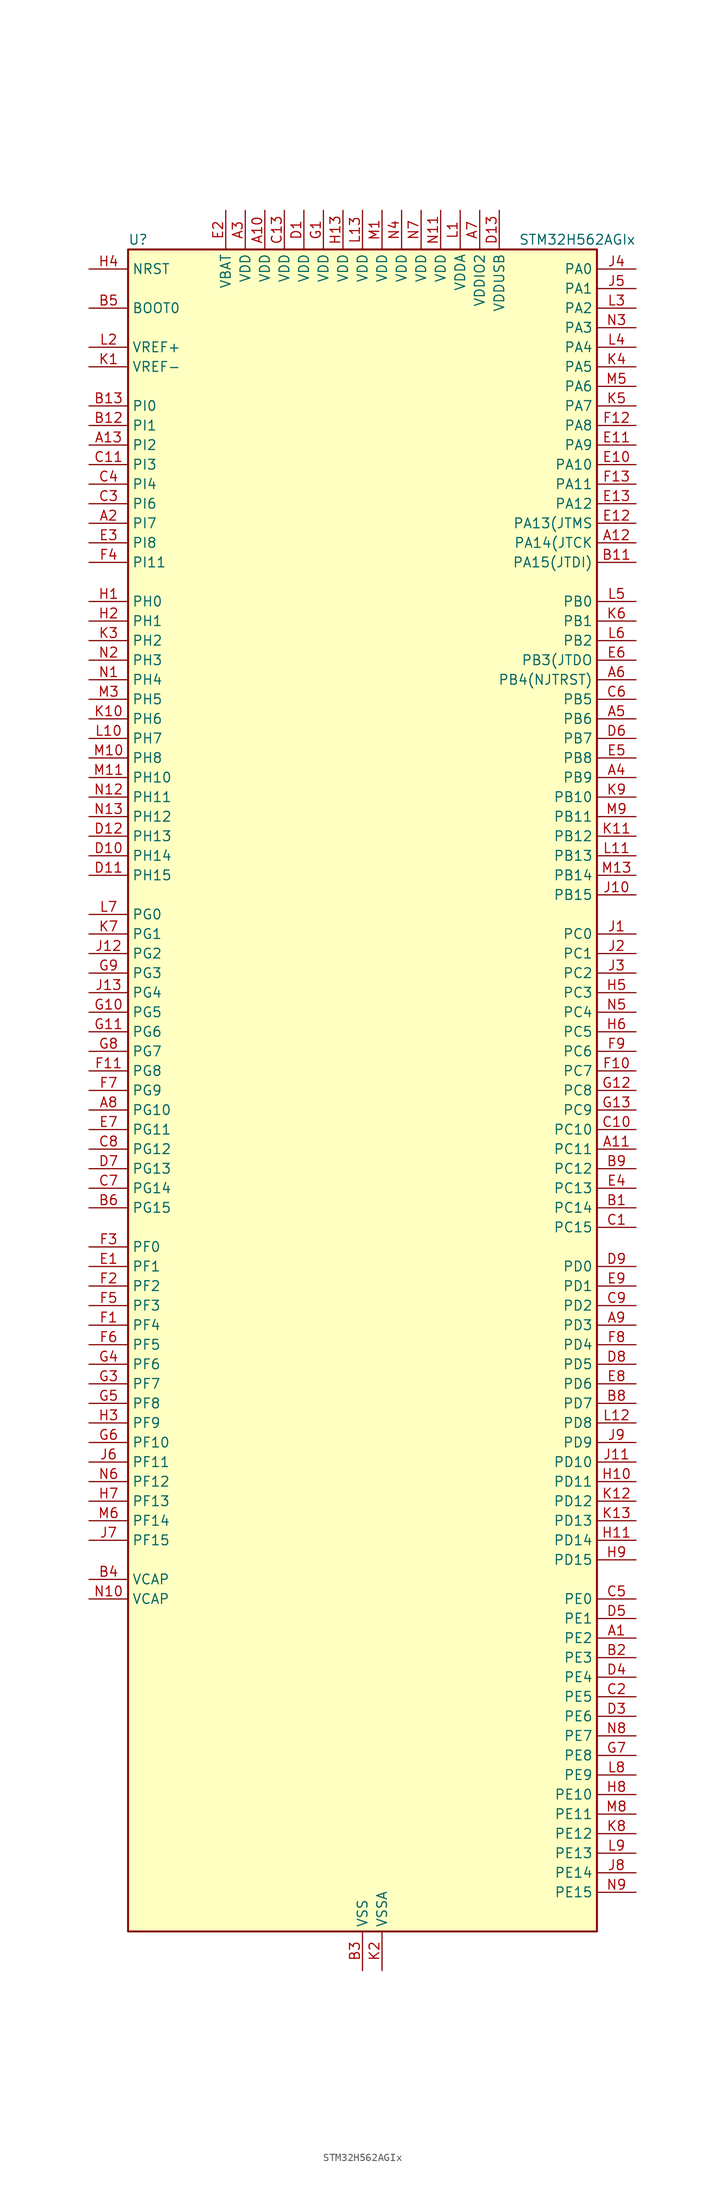
<source format=kicad_sym>
(kicad_symbol_lib
  (version 20231120)
  (generator "kicad-library-utils")
  (generator_version "8.0")
  (symbol "STM32H562AGIx"
    (property "Reference" "U"
      (at -30.48 110.49 0)
      (effects (font (size 1.27 1.27)) (justify left)))
    (property "Value" "STM32H562AGIx"
      (at 20.32 110.49 0)
      (effects (font (size 1.27 1.27)) (justify left)))
    (symbol "STM32H562AGIx_0_1"
      (rectangle (start -30.48 -109.22) (end 30.48 109.22) (stroke (width 0.254) (type default)) (fill (type background))))
    (symbol "STM32H562AGIx_1_1"
      (pin bidirectional line (at 35.56 -71.12 180) (length 5.08) (name "PE2" (effects (font (size 1.27 1.27)))) (number "A1" (effects (font (size 1.27 1.27)))) (alternate "DCMI_D3" bidirectional line) (alternate "DEBUG_TRACECLK" bidirectional line) (alternate "FMC_A23" bidirectional line) (alternate "LPTIM1_IN2" bidirectional line) (alternate "OCTOSPI1_IO2" bidirectional line) (alternate "PSSI_D3" bidirectional line) (alternate "SAI1_CK1" bidirectional line) (alternate "SAI1_MCLK_A" bidirectional line) (alternate "SPI4_SCK" bidirectional line) (alternate "UART8_TX" bidirectional line) (alternate "USART10_RX" bidirectional line))
      (pin power_in line (at -12.7 114.3 270) (length 5.08) (name "VDD" (effects (font (size 1.27 1.27)))) (number "A10" (effects (font (size 1.27 1.27)))))
      (pin bidirectional line (at 35.56 -7.62 180) (length 5.08) (name "PC11" (effects (font (size 1.27 1.27)))) (number "A11" (effects (font (size 1.27 1.27)))) (alternate "ADC1_EXTI11" bidirectional line) (alternate "ADC2_EXTI11" bidirectional line) (alternate "DCMI_D4" bidirectional line) (alternate "I2S3_SDI" bidirectional line) (alternate "LPTIM3_IN1" bidirectional line) (alternate "OCTOSPI1_NCS" bidirectional line) (alternate "PSSI_D4" bidirectional line) (alternate "SDMMC1_D3" bidirectional line) (alternate "SPI3_MISO" bidirectional line) (alternate "UART4_RX" bidirectional line) (alternate "USART3_RX" bidirectional line))
      (pin bidirectional line (at 35.56 71.12 180) (length 5.08) (name "PA14(JTCK" (effects (font (size 1.27 1.27)))) (number "A12" (effects (font (size 1.27 1.27)))) (alternate "DEBUG_JTCK-SWCLK" bidirectional line))
      (pin bidirectional line (at -35.56 83.82 0) (length 5.08) (name "PI2" (effects (font (size 1.27 1.27)))) (number "A13" (effects (font (size 1.27 1.27)))) (alternate "DCMI_D9" bidirectional line) (alternate "I2S2_SDI" bidirectional line) (alternate "PSSI_D9" bidirectional line) (alternate "SPI2_MISO" bidirectional line) (alternate "TIM8_CH4" bidirectional line))
      (pin bidirectional line (at -35.56 73.66 0) (length 5.08) (name "PI7" (effects (font (size 1.27 1.27)))) (number "A2" (effects (font (size 1.27 1.27)))) (alternate "DCMI_D7" bidirectional line) (alternate "PSSI_D7" bidirectional line) (alternate "SAI2_FS_A" bidirectional line) (alternate "TIM8_CH3" bidirectional line))
      (pin power_in line (at -15.24 114.3 270) (length 5.08) (name "VDD" (effects (font (size 1.27 1.27)))) (number "A3" (effects (font (size 1.27 1.27)))))
      (pin bidirectional line (at 35.56 40.64 180) (length 5.08) (name "PB9" (effects (font (size 1.27 1.27)))) (number "A4" (effects (font (size 1.27 1.27)))) (alternate "DAC1_EXTI9" bidirectional line) (alternate "DCMI_D7" bidirectional line) (alternate "FDCAN1_TX" bidirectional line) (alternate "I2C1_SDA" bidirectional line) (alternate "I2C4_SDA" bidirectional line) (alternate "I2S2_WS" bidirectional line) (alternate "I3C1_SDA" bidirectional line) (alternate "PSSI_D7" bidirectional line) (alternate "SDMMC1_CDIR" bidirectional line) (alternate "SDMMC1_D5" bidirectional line) (alternate "SPI2_NSS" bidirectional line) (alternate "TIM17_CH1" bidirectional line) (alternate "TIM4_CH4" bidirectional line) (alternate "UART4_TX" bidirectional line))
      (pin bidirectional line (at 35.56 48.26 180) (length 5.08) (name "PB6" (effects (font (size 1.27 1.27)))) (number "A5" (effects (font (size 1.27 1.27)))) (alternate "CEC" bidirectional line) (alternate "DCMI_D5" bidirectional line) (alternate "FMC_SDNE1" bidirectional line) (alternate "I2C1_SCL" bidirectional line) (alternate "I2C4_SCL" bidirectional line) (alternate "I3C1_SCL" bidirectional line) (alternate "LPUART1_TX" bidirectional line) (alternate "OCTOSPI1_NCS" bidirectional line) (alternate "PSSI_D5" bidirectional line) (alternate "TIM16_CH1N" bidirectional line) (alternate "TIM4_CH1" bidirectional line) (alternate "UART5_TX" bidirectional line) (alternate "USART1_TX" bidirectional line))
      (pin bidirectional line (at 35.56 53.34 180) (length 5.08) (name "PB4(NJTRST)" (effects (font (size 1.27 1.27)))) (number "A6" (effects (font (size 1.27 1.27)))) (alternate "DCMI_D7" bidirectional line) (alternate "DEBUG_JTRST" bidirectional line) (alternate "I2S1_SDI" bidirectional line) (alternate "I2S2_WS" bidirectional line) (alternate "I2S3_SDI" bidirectional line) (alternate "LPTIM1_CH2" bidirectional line) (alternate "OCTOSPI1_CLK" bidirectional line) (alternate "PSSI_D7" bidirectional line) (alternate "SPI1_MISO" bidirectional line) (alternate "SPI2_NSS" bidirectional line) (alternate "SPI3_MISO" bidirectional line) (alternate "SPI6_MISO" bidirectional line) (alternate "TIM16_BKIN" bidirectional line) (alternate "TIM3_CH1" bidirectional line) (alternate "UART7_TX" bidirectional line))
      (pin power_in line (at 15.24 114.3 270) (length 5.08) (name "VDDIO2" (effects (font (size 1.27 1.27)))) (number "A7" (effects (font (size 1.27 1.27)))))
      (pin bidirectional line (at -35.56 -2.54 0) (length 5.08) (name "PG10" (effects (font (size 1.27 1.27)))) (number "A8" (effects (font (size 1.27 1.27)))) (alternate "DCMI_D2" bidirectional line) (alternate "FMC_NE3" bidirectional line) (alternate "I2S1_WS" bidirectional line) (alternate "PSSI_D2" bidirectional line) (alternate "SAI2_SD_B" bidirectional line) (alternate "SPI1_NSS" bidirectional line))
      (pin bidirectional line (at 35.56 -30.48 180) (length 5.08) (name "PD3" (effects (font (size 1.27 1.27)))) (number "A9" (effects (font (size 1.27 1.27)))) (alternate "DCMI_D5" bidirectional line) (alternate "FMC_CLK" bidirectional line) (alternate "I2S2_CK" bidirectional line) (alternate "PSSI_D5" bidirectional line) (alternate "PWR_WKUP8" bidirectional line) (alternate "SPI2_SCK" bidirectional line) (alternate "USART2_CTS" bidirectional line) (alternate "USART2_NSS" bidirectional line))
      (pin bidirectional line (at 35.56 -15.24 180) (length 5.08) (name "PC14" (effects (font (size 1.27 1.27)))) (number "B1" (effects (font (size 1.27 1.27)))) (alternate "RCC_OSC32_IN" bidirectional line))
      (pin passive line (at 0 -114.3 90) (length 5.08) hide (name "VSS" (effects (font (size 1.27 1.27)))) (number "B10" (effects (font (size 1.27 1.27)))))
      (pin bidirectional line (at 35.56 68.58 180) (length 5.08) (name "PA15(JTDI)" (effects (font (size 1.27 1.27)))) (number "B11" (effects (font (size 1.27 1.27)))) (alternate "ADC1_EXTI15" bidirectional line) (alternate "ADC2_EXTI15" bidirectional line) (alternate "CEC" bidirectional line) (alternate "DCMI_D11" bidirectional line) (alternate "DEBUG_JTDI" bidirectional line) (alternate "FMC_NBL1" bidirectional line) (alternate "I2S1_WS" bidirectional line) (alternate "I2S3_WS" bidirectional line) (alternate "LPTIM3_IN2" bidirectional line) (alternate "PSSI_D11" bidirectional line) (alternate "SPI1_NSS" bidirectional line) (alternate "SPI3_NSS" bidirectional line) (alternate "SPI6_NSS" bidirectional line) (alternate "TIM2_CH1" bidirectional line) (alternate "TIM2_ETR" bidirectional line) (alternate "UART4_DE" bidirectional line) (alternate "UART4_RTS" bidirectional line) (alternate "UART7_TX" bidirectional line))
      (pin bidirectional line (at -35.56 86.36 0) (length 5.08) (name "PI1" (effects (font (size 1.27 1.27)))) (number "B12" (effects (font (size 1.27 1.27)))) (alternate "DCMI_D8" bidirectional line) (alternate "I2S2_CK" bidirectional line) (alternate "PSSI_D8" bidirectional line) (alternate "SPI2_SCK" bidirectional line) (alternate "TIM8_BKIN2" bidirectional line))
      (pin bidirectional line (at -35.56 88.9 0) (length 5.08) (name "PI0" (effects (font (size 1.27 1.27)))) (number "B13" (effects (font (size 1.27 1.27)))) (alternate "DCMI_D13" bidirectional line) (alternate "I2S2_WS" bidirectional line) (alternate "PSSI_D13" bidirectional line) (alternate "SPI2_NSS" bidirectional line) (alternate "TIM5_CH4" bidirectional line))
      (pin bidirectional line (at 35.56 -73.66 180) (length 5.08) (name "PE3" (effects (font (size 1.27 1.27)))) (number "B2" (effects (font (size 1.27 1.27)))) (alternate "DEBUG_TRACED0" bidirectional line) (alternate "FMC_A19" bidirectional line) (alternate "SAI1_SD_B" bidirectional line) (alternate "TAMP_IN6" bidirectional line) (alternate "TAMP_OUT3" bidirectional line) (alternate "TIM15_BKIN" bidirectional line) (alternate "USART10_TX" bidirectional line))
      (pin power_in line (at 0 -114.3 90) (length 5.08) (name "VSS" (effects (font (size 1.27 1.27)))) (number "B3" (effects (font (size 1.27 1.27)))))
      (pin power_out line (at -35.56 -63.5 0) (length 5.08) (name "VCAP" (effects (font (size 1.27 1.27)))) (number "B4" (effects (font (size 1.27 1.27)))))
      (pin input line (at -35.56 101.6 0) (length 5.08) (name "BOOT0" (effects (font (size 1.27 1.27)))) (number "B5" (effects (font (size 1.27 1.27)))))
      (pin bidirectional line (at -35.56 -15.24 0) (length 5.08) (name "PG15" (effects (font (size 1.27 1.27)))) (number "B6" (effects (font (size 1.27 1.27)))) (alternate "ADC1_EXTI15" bidirectional line) (alternate "ADC2_EXTI15" bidirectional line) (alternate "DCMI_D13" bidirectional line) (alternate "FMC_SDNCAS" bidirectional line) (alternate "PSSI_D13" bidirectional line) (alternate "SPI4_RDY" bidirectional line) (alternate "USART10_CK" bidirectional line) (alternate "USART6_CTS" bidirectional line) (alternate "USART6_NSS" bidirectional line))
      (pin passive line (at 0 -114.3 90) (length 5.08) hide (name "VSS" (effects (font (size 1.27 1.27)))) (number "B7" (effects (font (size 1.27 1.27)))))
      (pin bidirectional line (at 35.56 -40.64 180) (length 5.08) (name "PD7" (effects (font (size 1.27 1.27)))) (number "B8" (effects (font (size 1.27 1.27)))) (alternate "FMC_NCE" bidirectional line) (alternate "FMC_NE1" bidirectional line) (alternate "I2S1_SDO" bidirectional line) (alternate "LPTIM4_OUT" bidirectional line) (alternate "OCTOSPI1_IO7" bidirectional line) (alternate "SPI1_MOSI" bidirectional line) (alternate "USART2_CK" bidirectional line))
      (pin bidirectional line (at 35.56 -10.16 180) (length 5.08) (name "PC12" (effects (font (size 1.27 1.27)))) (number "B9" (effects (font (size 1.27 1.27)))) (alternate "DCMI_D9" bidirectional line) (alternate "DEBUG_TRACED3" bidirectional line) (alternate "I2S3_SDO" bidirectional line) (alternate "PSSI_D9" bidirectional line) (alternate "SDMMC1_CK" bidirectional line) (alternate "SPI3_MOSI" bidirectional line) (alternate "SPI6_SCK" bidirectional line) (alternate "TIM15_CH1" bidirectional line) (alternate "UART5_TX" bidirectional line) (alternate "USART3_CK" bidirectional line))
      (pin bidirectional line (at 35.56 -17.78 180) (length 5.08) (name "PC15" (effects (font (size 1.27 1.27)))) (number "C1" (effects (font (size 1.27 1.27)))) (alternate "ADC1_EXTI15" bidirectional line) (alternate "ADC2_EXTI15" bidirectional line) (alternate "RCC_OSC32_OUT" bidirectional line))
      (pin bidirectional line (at 35.56 -5.08 180) (length 5.08) (name "PC10" (effects (font (size 1.27 1.27)))) (number "C10" (effects (font (size 1.27 1.27)))) (alternate "DCMI_D8" bidirectional line) (alternate "I2S3_CK" bidirectional line) (alternate "LPTIM3_ETR" bidirectional line) (alternate "OCTOSPI1_IO1" bidirectional line) (alternate "PSSI_D8" bidirectional line) (alternate "SDMMC1_D2" bidirectional line) (alternate "SPI3_SCK" bidirectional line) (alternate "UART4_TX" bidirectional line) (alternate "USART3_TX" bidirectional line))
      (pin bidirectional line (at -35.56 81.28 0) (length 5.08) (name "PI3" (effects (font (size 1.27 1.27)))) (number "C11" (effects (font (size 1.27 1.27)))) (alternate "DCMI_D10" bidirectional line) (alternate "I2S2_SDO" bidirectional line) (alternate "PSSI_D10" bidirectional line) (alternate "SPI2_MOSI" bidirectional line) (alternate "TIM8_ETR" bidirectional line))
      (pin passive line (at 0 -114.3 90) (length 5.08) hide (name "VSS" (effects (font (size 1.27 1.27)))) (number "C12" (effects (font (size 1.27 1.27)))))
      (pin power_in line (at -10.16 114.3 270) (length 5.08) (name "VDD" (effects (font (size 1.27 1.27)))) (number "C13" (effects (font (size 1.27 1.27)))))
      (pin bidirectional line (at 35.56 -78.74 180) (length 5.08) (name "PE5" (effects (font (size 1.27 1.27)))) (number "C2" (effects (font (size 1.27 1.27)))) (alternate "DCMI_D6" bidirectional line) (alternate "DEBUG_TRACED2" bidirectional line) (alternate "FMC_A21" bidirectional line) (alternate "PSSI_D6" bidirectional line) (alternate "SAI1_CK2" bidirectional line) (alternate "SAI1_SCK_A" bidirectional line) (alternate "SPI4_MISO" bidirectional line) (alternate "TAMP_IN8" bidirectional line) (alternate "TAMP_OUT7" bidirectional line) (alternate "TIM15_CH1" bidirectional line))
      (pin bidirectional line (at -35.56 76.2 0) (length 5.08) (name "PI6" (effects (font (size 1.27 1.27)))) (number "C3" (effects (font (size 1.27 1.27)))) (alternate "DCMI_D6" bidirectional line) (alternate "PSSI_D6" bidirectional line) (alternate "SAI2_SD_A" bidirectional line) (alternate "TIM8_CH2" bidirectional line))
      (pin bidirectional line (at -35.56 78.74 0) (length 5.08) (name "PI4" (effects (font (size 1.27 1.27)))) (number "C4" (effects (font (size 1.27 1.27)))) (alternate "DCMI_D5" bidirectional line) (alternate "PSSI_D5" bidirectional line) (alternate "SAI2_MCLK_A" bidirectional line) (alternate "SPI2_RDY" bidirectional line) (alternate "TIM8_BKIN" bidirectional line))
      (pin bidirectional line (at 35.56 -66.04 180) (length 5.08) (name "PE0" (effects (font (size 1.27 1.27)))) (number "C5" (effects (font (size 1.27 1.27)))) (alternate "DCMI_D2" bidirectional line) (alternate "FDCAN1_RX" bidirectional line) (alternate "FMC_NBL0" bidirectional line) (alternate "LPTIM1_ETR" bidirectional line) (alternate "LPTIM2_CH2" bidirectional line) (alternate "LPTIM2_ETR" bidirectional line) (alternate "PSSI_D2" bidirectional line) (alternate "SAI2_MCLK_A" bidirectional line) (alternate "SPI3_RDY" bidirectional line) (alternate "TIM4_ETR" bidirectional line) (alternate "UART8_RX" bidirectional line))
      (pin bidirectional line (at 35.56 50.8 180) (length 5.08) (name "PB5" (effects (font (size 1.27 1.27)))) (number "C6" (effects (font (size 1.27 1.27)))) (alternate "DCMI_D10" bidirectional line) (alternate "FMC_SDCKE1" bidirectional line) (alternate "I2C1_SMBA" bidirectional line) (alternate "I2C4_SMBA" bidirectional line) (alternate "I2S1_SDO" bidirectional line) (alternate "I2S3_SDO" bidirectional line) (alternate "OCTOSPI1_NCLK" bidirectional line) (alternate "PSSI_D10" bidirectional line) (alternate "SPI1_MOSI" bidirectional line) (alternate "SPI3_MOSI" bidirectional line) (alternate "SPI6_MOSI" bidirectional line) (alternate "TIM17_BKIN" bidirectional line) (alternate "TIM3_CH2" bidirectional line) (alternate "UART5_RX" bidirectional line))
      (pin bidirectional line (at -35.56 -12.7 0) (length 5.08) (name "PG14" (effects (font (size 1.27 1.27)))) (number "C7" (effects (font (size 1.27 1.27)))) (alternate "DEBUG_TRACED1" bidirectional line) (alternate "FMC_A25" bidirectional line) (alternate "LPTIM1_CH2" bidirectional line) (alternate "LPTIM1_ETR" bidirectional line) (alternate "LPTIM5_IN1" bidirectional line) (alternate "OCTOSPI1_IO7" bidirectional line) (alternate "SPI6_MOSI" bidirectional line) (alternate "USART10_RTS" bidirectional line) (alternate "USART6_TX" bidirectional line))
      (pin bidirectional line (at -35.56 -7.62 0) (length 5.08) (name "PG12" (effects (font (size 1.27 1.27)))) (number "C8" (effects (font (size 1.27 1.27)))) (alternate "DCMI_D11" bidirectional line) (alternate "FMC_NE4" bidirectional line) (alternate "LPTIM1_IN1" bidirectional line) (alternate "LPTIM5_CH1" bidirectional line) (alternate "PSSI_D11" bidirectional line) (alternate "PSSI_D15" bidirectional line) (alternate "SPI6_MISO" bidirectional line) (alternate "USART10_TX" bidirectional line) (alternate "USART6_RTS" bidirectional line))
      (pin bidirectional line (at 35.56 -27.94 180) (length 5.08) (name "PD2" (effects (font (size 1.27 1.27)))) (number "C9" (effects (font (size 1.27 1.27)))) (alternate "DCMI_D11" bidirectional line) (alternate "DEBUG_TRACED2" bidirectional line) (alternate "LPTIM4_ETR" bidirectional line) (alternate "PSSI_D11" bidirectional line) (alternate "PWR_WKUP7" bidirectional line) (alternate "SDMMC1_CMD" bidirectional line) (alternate "TIM15_BKIN" bidirectional line) (alternate "TIM3_ETR" bidirectional line) (alternate "UART5_RX" bidirectional line))
      (pin power_in line (at -7.62 114.3 270) (length 5.08) (name "VDD" (effects (font (size 1.27 1.27)))) (number "D1" (effects (font (size 1.27 1.27)))))
      (pin bidirectional line (at -35.56 30.48 0) (length 5.08) (name "PH14" (effects (font (size 1.27 1.27)))) (number "D10" (effects (font (size 1.27 1.27)))) (alternate "DCMI_D4" bidirectional line) (alternate "FDCAN1_RX" bidirectional line) (alternate "PSSI_D4" bidirectional line) (alternate "TIM8_CH2N" bidirectional line) (alternate "UART4_RX" bidirectional line))
      (pin bidirectional line (at -35.56 27.94 0) (length 5.08) (name "PH15" (effects (font (size 1.27 1.27)))) (number "D11" (effects (font (size 1.27 1.27)))) (alternate "ADC1_EXTI15" bidirectional line) (alternate "ADC2_EXTI15" bidirectional line) (alternate "DCMI_D11" bidirectional line) (alternate "PSSI_D11" bidirectional line) (alternate "TIM8_CH3N" bidirectional line))
      (pin bidirectional line (at -35.56 33.02 0) (length 5.08) (name "PH13" (effects (font (size 1.27 1.27)))) (number "D12" (effects (font (size 1.27 1.27)))) (alternate "DCMI_D3" bidirectional line) (alternate "FDCAN1_TX" bidirectional line) (alternate "LPTIM1_IN2" bidirectional line) (alternate "PSSI_D3" bidirectional line) (alternate "TIM8_CH1N" bidirectional line) (alternate "UART4_TX" bidirectional line) (alternate "UART8_TX" bidirectional line))
      (pin power_in line (at 17.78 114.3 270) (length 5.08) (name "VDDUSB" (effects (font (size 1.27 1.27)))) (number "D13" (effects (font (size 1.27 1.27)))))
      (pin passive line (at 0 -114.3 90) (length 5.08) hide (name "VSS" (effects (font (size 1.27 1.27)))) (number "D2" (effects (font (size 1.27 1.27)))))
      (pin bidirectional line (at 35.56 -81.28 180) (length 5.08) (name "PE6" (effects (font (size 1.27 1.27)))) (number "D3" (effects (font (size 1.27 1.27)))) (alternate "DCMI_D7" bidirectional line) (alternate "DEBUG_TRACED3" bidirectional line) (alternate "FMC_A22" bidirectional line) (alternate "PSSI_D7" bidirectional line) (alternate "SAI1_D1" bidirectional line) (alternate "SAI1_SD_A" bidirectional line) (alternate "SAI2_MCLK_B" bidirectional line) (alternate "SPI4_MOSI" bidirectional line) (alternate "TAMP_IN3" bidirectional line) (alternate "TAMP_OUT6" bidirectional line) (alternate "TIM15_CH2" bidirectional line) (alternate "TIM1_BKIN2" bidirectional line))
      (pin bidirectional line (at 35.56 -76.2 180) (length 5.08) (name "PE4" (effects (font (size 1.27 1.27)))) (number "D4" (effects (font (size 1.27 1.27)))) (alternate "DCMI_D4" bidirectional line) (alternate "DEBUG_TRACED1" bidirectional line) (alternate "FMC_A20" bidirectional line) (alternate "PSSI_D4" bidirectional line) (alternate "SAI1_D2" bidirectional line) (alternate "SAI1_FS_A" bidirectional line) (alternate "SPI4_NSS" bidirectional line) (alternate "TAMP_IN7" bidirectional line) (alternate "TAMP_OUT8" bidirectional line) (alternate "TIM15_CH1N" bidirectional line))
      (pin bidirectional line (at 35.56 -68.58 180) (length 5.08) (name "PE1" (effects (font (size 1.27 1.27)))) (number "D5" (effects (font (size 1.27 1.27)))) (alternate "DCMI_D3" bidirectional line) (alternate "FDCAN1_TX" bidirectional line) (alternate "FMC_NBL1" bidirectional line) (alternate "LPTIM1_IN2" bidirectional line) (alternate "PSSI_D3" bidirectional line) (alternate "UART8_TX" bidirectional line))
      (pin bidirectional line (at 35.56 45.72 180) (length 5.08) (name "PB7" (effects (font (size 1.27 1.27)))) (number "D6" (effects (font (size 1.27 1.27)))) (alternate "DCMI_VSYNC" bidirectional line) (alternate "FDCAN1_TX" bidirectional line) (alternate "FMC_NL" bidirectional line) (alternate "I2C1_SDA" bidirectional line) (alternate "I2C4_SDA" bidirectional line) (alternate "I3C1_SDA" bidirectional line) (alternate "LPUART1_RX" bidirectional line) (alternate "PSSI_RDY" bidirectional line) (alternate "PWR_WKUP5" bidirectional line) (alternate "TIM17_CH1N" bidirectional line) (alternate "TIM4_CH2" bidirectional line) (alternate "USART1_RX" bidirectional line))
      (pin bidirectional line (at -35.56 -10.16 0) (length 5.08) (name "PG13" (effects (font (size 1.27 1.27)))) (number "D7" (effects (font (size 1.27 1.27)))) (alternate "DEBUG_TRACED0" bidirectional line) (alternate "FMC_A24" bidirectional line) (alternate "LPTIM1_CH1" bidirectional line) (alternate "LPTIM5_CH2" bidirectional line) (alternate "SPI6_SCK" bidirectional line) (alternate "USART10_CTS" bidirectional line) (alternate "USART10_NSS" bidirectional line) (alternate "USART6_CTS" bidirectional line) (alternate "USART6_NSS" bidirectional line))
      (pin bidirectional line (at 35.56 -35.56 180) (length 5.08) (name "PD5" (effects (font (size 1.27 1.27)))) (number "D8" (effects (font (size 1.27 1.27)))) (alternate "FDCAN1_TX" bidirectional line) (alternate "FMC_NWE" bidirectional line) (alternate "OCTOSPI1_IO5" bidirectional line) (alternate "SPI2_RDY" bidirectional line) (alternate "TIM1_CH4N" bidirectional line) (alternate "USART2_TX" bidirectional line))
      (pin bidirectional line (at 35.56 -22.86 180) (length 5.08) (name "PD0" (effects (font (size 1.27 1.27)))) (number "D9" (effects (font (size 1.27 1.27)))) (alternate "FDCAN1_RX" bidirectional line) (alternate "FMC_D2" bidirectional line) (alternate "FMC_DA2" bidirectional line) (alternate "TIM8_CH4N" bidirectional line) (alternate "UART4_RX" bidirectional line) (alternate "UART9_CTS" bidirectional line))
      (pin bidirectional line (at -35.56 -22.86 0) (length 5.08) (name "PF1" (effects (font (size 1.27 1.27)))) (number "E1" (effects (font (size 1.27 1.27)))) (alternate "FMC_A1" bidirectional line) (alternate "I2C2_SCL" bidirectional line) (alternate "LPTIM5_CH2" bidirectional line))
      (pin bidirectional line (at 35.56 81.28 180) (length 5.08) (name "PA10" (effects (font (size 1.27 1.27)))) (number "E10" (effects (font (size 1.27 1.27)))) (alternate "DCMI_D1" bidirectional line) (alternate "LPTIM2_IN2" bidirectional line) (alternate "LPUART1_RX" bidirectional line) (alternate "PSSI_D1" bidirectional line) (alternate "SDMMC1_D0" bidirectional line) (alternate "TIM1_CH3" bidirectional line) (alternate "UCPD1_FRSTX" bidirectional line) (alternate "USART1_RX" bidirectional line))
      (pin bidirectional line (at 35.56 83.82 180) (length 5.08) (name "PA9" (effects (font (size 1.27 1.27)))) (number "E11" (effects (font (size 1.27 1.27)))) (alternate "DAC1_EXTI9" bidirectional line) (alternate "DCMI_D0" bidirectional line) (alternate "FMC_NWE" bidirectional line) (alternate "I2C3_SMBA" bidirectional line) (alternate "I2S2_CK" bidirectional line) (alternate "LPUART1_TX" bidirectional line) (alternate "PSSI_D0" bidirectional line) (alternate "SPI2_SCK" bidirectional line) (alternate "TIM1_CH2" bidirectional line) (alternate "UCPD1_DB1" bidirectional line) (alternate "USART1_TX" bidirectional line))
      (pin bidirectional line (at 35.56 73.66 180) (length 5.08) (name "PA13(JTMS" (effects (font (size 1.27 1.27)))) (number "E12" (effects (font (size 1.27 1.27)))) (alternate "DEBUG_JTMS-SWDIO" bidirectional line))
      (pin bidirectional line (at 35.56 76.2 180) (length 5.08) (name "PA12" (effects (font (size 1.27 1.27)))) (number "E13" (effects (font (size 1.27 1.27)))) (alternate "FDCAN1_TX" bidirectional line) (alternate "I2S2_CK" bidirectional line) (alternate "LPUART1_RTS" bidirectional line) (alternate "SAI2_FS_B" bidirectional line) (alternate "SPI2_SCK" bidirectional line) (alternate "TIM1_ETR" bidirectional line) (alternate "UART4_TX" bidirectional line) (alternate "USART1_RTS" bidirectional line) (alternate "USB_DP" bidirectional line))
      (pin power_in line (at -17.78 114.3 270) (length 5.08) (name "VBAT" (effects (font (size 1.27 1.27)))) (number "E2" (effects (font (size 1.27 1.27)))))
      (pin bidirectional line (at -35.56 71.12 0) (length 5.08) (name "PI8" (effects (font (size 1.27 1.27)))) (number "E3" (effects (font (size 1.27 1.27)))) (alternate "PWR_WKUP3" bidirectional line) (alternate "RTC_OUT2" bidirectional line) (alternate "TAMP_IN2" bidirectional line) (alternate "TAMP_OUT3" bidirectional line))
      (pin bidirectional line (at 35.56 -12.7 180) (length 5.08) (name "PC13" (effects (font (size 1.27 1.27)))) (number "E4" (effects (font (size 1.27 1.27)))) (alternate "PWR_WKUP4" bidirectional line) (alternate "RTC_OUT1" bidirectional line) (alternate "RTC_TS" bidirectional line) (alternate "TAMP_IN1" bidirectional line) (alternate "TAMP_OUT2" bidirectional line) (alternate "TAMP_OUT3" bidirectional line))
      (pin bidirectional line (at 35.56 43.18 180) (length 5.08) (name "PB8" (effects (font (size 1.27 1.27)))) (number "E5" (effects (font (size 1.27 1.27)))) (alternate "DCMI_D6" bidirectional line) (alternate "FDCAN1_RX" bidirectional line) (alternate "I2C1_SCL" bidirectional line) (alternate "I2C4_SCL" bidirectional line) (alternate "I3C1_SCL" bidirectional line) (alternate "PSSI_D6" bidirectional line) (alternate "SDMMC1_CKIN" bidirectional line) (alternate "SDMMC1_D4" bidirectional line) (alternate "SPI4_RDY" bidirectional line) (alternate "TIM16_CH1" bidirectional line) (alternate "TIM4_CH3" bidirectional line) (alternate "UART4_RX" bidirectional line))
      (pin bidirectional line (at 35.56 55.88 180) (length 5.08) (name "PB3(JTDO" (effects (font (size 1.27 1.27)))) (number "E6" (effects (font (size 1.27 1.27)))) (alternate "CRS_SYNC" bidirectional line) (alternate "DEBUG_JTDO-SWO" bidirectional line) (alternate "I2C2_SDA" bidirectional line) (alternate "I2S1_CK" bidirectional line) (alternate "I2S3_CK" bidirectional line) (alternate "LPTIM6_ETR" bidirectional line) (alternate "SPI1_SCK" bidirectional line) (alternate "SPI3_SCK" bidirectional line) (alternate "SPI6_SCK" bidirectional line) (alternate "TIM2_CH2" bidirectional line) (alternate "UART12_CTS" bidirectional line) (alternate "UART7_RX" bidirectional line))
      (pin bidirectional line (at -35.56 -5.08 0) (length 5.08) (name "PG11" (effects (font (size 1.27 1.27)))) (number "E7" (effects (font (size 1.27 1.27)))) (alternate "ADC1_EXTI11" bidirectional line) (alternate "ADC2_EXTI11" bidirectional line) (alternate "DCMI_D3" bidirectional line) (alternate "I2S1_CK" bidirectional line) (alternate "LPTIM1_IN2" bidirectional line) (alternate "PSSI_D3" bidirectional line) (alternate "SPI1_SCK" bidirectional line) (alternate "USART10_RX" bidirectional line) (alternate "USART11_RTS" bidirectional line))
      (pin bidirectional line (at 35.56 -38.1 180) (length 5.08) (name "PD6" (effects (font (size 1.27 1.27)))) (number "E8" (effects (font (size 1.27 1.27)))) (alternate "DCMI_D10" bidirectional line) (alternate "FMC_NWAIT" bidirectional line) (alternate "I2S3_SDO" bidirectional line) (alternate "OCTOSPI1_IO6" bidirectional line) (alternate "PSSI_D10" bidirectional line) (alternate "SAI1_D1" bidirectional line) (alternate "SAI1_SD_A" bidirectional line) (alternate "SPI3_MOSI" bidirectional line) (alternate "USART2_RX" bidirectional line))
      (pin bidirectional line (at 35.56 -25.4 180) (length 5.08) (name "PD1" (effects (font (size 1.27 1.27)))) (number "E9" (effects (font (size 1.27 1.27)))) (alternate "FDCAN1_TX" bidirectional line) (alternate "FMC_D3" bidirectional line) (alternate "FMC_DA3" bidirectional line) (alternate "UART4_TX" bidirectional line))
      (pin bidirectional line (at -35.56 -30.48 0) (length 5.08) (name "PF4" (effects (font (size 1.27 1.27)))) (number "F1" (effects (font (size 1.27 1.27)))) (alternate "FMC_A4" bidirectional line) (alternate "LPTIM3_ETR" bidirectional line) (alternate "USART11_RX" bidirectional line))
      (pin bidirectional line (at 35.56 2.54 180) (length 5.08) (name "PC7" (effects (font (size 1.27 1.27)))) (number "F10" (effects (font (size 1.27 1.27)))) (alternate "DCMI_D1" bidirectional line) (alternate "DEBUG_TRGIO" bidirectional line) (alternate "FMC_NE1" bidirectional line) (alternate "I2S3_MCK" bidirectional line) (alternate "OCTOSPI1_IO6" bidirectional line) (alternate "PSSI_D1" bidirectional line) (alternate "SDMMC1_D123DIR" bidirectional line) (alternate "SDMMC1_D7" bidirectional line) (alternate "TIM3_CH2" bidirectional line) (alternate "TIM8_CH2" bidirectional line) (alternate "USART6_RX" bidirectional line))
      (pin bidirectional line (at -35.56 2.54 0) (length 5.08) (name "PG8" (effects (font (size 1.27 1.27)))) (number "F11" (effects (font (size 1.27 1.27)))) (alternate "FMC_SDCLK" bidirectional line) (alternate "SPI6_NSS" bidirectional line) (alternate "TIM8_ETR" bidirectional line) (alternate "USART6_RTS" bidirectional line))
      (pin bidirectional line (at 35.56 86.36 180) (length 5.08) (name "PA8" (effects (font (size 1.27 1.27)))) (number "F12" (effects (font (size 1.27 1.27)))) (alternate "DCMI_D3" bidirectional line) (alternate "FMC_NOE" bidirectional line) (alternate "I2C3_SCL" bidirectional line) (alternate "PSSI_D3" bidirectional line) (alternate "RCC_MCO_1" bidirectional line) (alternate "SPI1_RDY" bidirectional line) (alternate "TIM1_CH1" bidirectional line) (alternate "TIM8_BKIN2" bidirectional line) (alternate "UART7_RX" bidirectional line) (alternate "USART1_CK" bidirectional line) (alternate "USB_SOF" bidirectional line))
      (pin bidirectional line (at 35.56 78.74 180) (length 5.08) (name "PA11" (effects (font (size 1.27 1.27)))) (number "F13" (effects (font (size 1.27 1.27)))) (alternate "ADC1_EXTI11" bidirectional line) (alternate "ADC2_EXTI11" bidirectional line) (alternate "FDCAN1_RX" bidirectional line) (alternate "I2S2_WS" bidirectional line) (alternate "LPUART1_CTS" bidirectional line) (alternate "SPI2_NSS" bidirectional line) (alternate "TIM1_CH4" bidirectional line) (alternate "UART4_RX" bidirectional line) (alternate "USART1_CTS" bidirectional line) (alternate "USART1_NSS" bidirectional line) (alternate "USB_DM" bidirectional line))
      (pin bidirectional line (at -35.56 -25.4 0) (length 5.08) (name "PF2" (effects (font (size 1.27 1.27)))) (number "F2" (effects (font (size 1.27 1.27)))) (alternate "FMC_A2" bidirectional line) (alternate "I2C2_SMBA" bidirectional line) (alternate "LPTIM3_CH2" bidirectional line) (alternate "LPTIM3_IN2" bidirectional line) (alternate "LPTIM5_IN1" bidirectional line) (alternate "UART12_TX" bidirectional line) (alternate "USART11_CK" bidirectional line))
      (pin bidirectional line (at -35.56 -20.32 0) (length 5.08) (name "PF0" (effects (font (size 1.27 1.27)))) (number "F3" (effects (font (size 1.27 1.27)))) (alternate "FMC_A0" bidirectional line) (alternate "I2C2_SDA" bidirectional line) (alternate "LPTIM5_CH1" bidirectional line))
      (pin bidirectional line (at -35.56 68.58 0) (length 5.08) (name "PI11" (effects (font (size 1.27 1.27)))) (number "F4" (effects (font (size 1.27 1.27)))) (alternate "ADC1_EXTI11" bidirectional line) (alternate "ADC2_EXTI11" bidirectional line) (alternate "PSSI_D15" bidirectional line) (alternate "TAMP_IN4" bidirectional line) (alternate "TAMP_OUT5" bidirectional line))
      (pin bidirectional line (at -35.56 -27.94 0) (length 5.08) (name "PF3" (effects (font (size 1.27 1.27)))) (number "F5" (effects (font (size 1.27 1.27)))) (alternate "FMC_A3" bidirectional line) (alternate "LPTIM3_IN1" bidirectional line) (alternate "LPTIM5_IN2" bidirectional line) (alternate "USART11_TX" bidirectional line))
      (pin bidirectional line (at -35.56 -33.02 0) (length 5.08) (name "PF5" (effects (font (size 1.27 1.27)))) (number "F6" (effects (font (size 1.27 1.27)))) (alternate "FMC_A5" bidirectional line) (alternate "I2C4_SCL" bidirectional line) (alternate "I3C1_SCL" bidirectional line) (alternate "LPTIM3_CH1" bidirectional line) (alternate "LPTIM3_IN1" bidirectional line) (alternate "UART12_RX" bidirectional line) (alternate "USART11_CTS" bidirectional line) (alternate "USART11_NSS" bidirectional line))
      (pin bidirectional line (at -35.56 0 0) (length 5.08) (name "PG9" (effects (font (size 1.27 1.27)))) (number "F7" (effects (font (size 1.27 1.27)))) (alternate "DAC1_EXTI9" bidirectional line) (alternate "DCMI_VSYNC" bidirectional line) (alternate "FMC_NCE" bidirectional line) (alternate "FMC_NE2" bidirectional line) (alternate "I2S1_SDI" bidirectional line) (alternate "OCTOSPI1_IO6" bidirectional line) (alternate "PSSI_RDY" bidirectional line) (alternate "SAI2_FS_B" bidirectional line) (alternate "SPI1_MISO" bidirectional line) (alternate "USART6_RX" bidirectional line))
      (pin bidirectional line (at 35.56 -33.02 180) (length 5.08) (name "PD4" (effects (font (size 1.27 1.27)))) (number "F8" (effects (font (size 1.27 1.27)))) (alternate "FMC_NOE" bidirectional line) (alternate "OCTOSPI1_IO4" bidirectional line) (alternate "USART2_RTS" bidirectional line))
      (pin bidirectional line (at 35.56 5.08 180) (length 5.08) (name "PC6" (effects (font (size 1.27 1.27)))) (number "F9" (effects (font (size 1.27 1.27)))) (alternate "DCMI_D0" bidirectional line) (alternate "FMC_NWAIT" bidirectional line) (alternate "I2S2_MCK" bidirectional line) (alternate "OCTOSPI1_IO5" bidirectional line) (alternate "PSSI_D0" bidirectional line) (alternate "SAI1_SCK_A" bidirectional line) (alternate "SDMMC1_D0DIR" bidirectional line) (alternate "SDMMC1_D6" bidirectional line) (alternate "TIM3_CH1" bidirectional line) (alternate "TIM8_CH1" bidirectional line) (alternate "USART6_TX" bidirectional line))
      (pin power_in line (at -5.08 114.3 270) (length 5.08) (name "VDD" (effects (font (size 1.27 1.27)))) (number "G1" (effects (font (size 1.27 1.27)))))
      (pin bidirectional line (at -35.56 10.16 0) (length 5.08) (name "PG5" (effects (font (size 1.27 1.27)))) (number "G10" (effects (font (size 1.27 1.27)))) (alternate "FMC_A15" bidirectional line) (alternate "FMC_BA1" bidirectional line) (alternate "TIM1_ETR" bidirectional line))
      (pin bidirectional line (at -35.56 7.62 0) (length 5.08) (name "PG6" (effects (font (size 1.27 1.27)))) (number "G11" (effects (font (size 1.27 1.27)))) (alternate "DCMI_D12" bidirectional line) (alternate "FMC_NE3" bidirectional line) (alternate "I2C4_SDA" bidirectional line) (alternate "I3C1_SDA" bidirectional line) (alternate "OCTOSPI1_NCS" bidirectional line) (alternate "PSSI_D12" bidirectional line) (alternate "SPI1_RDY" bidirectional line) (alternate "TIM17_BKIN" bidirectional line) (alternate "UCPD1_FRSTX" bidirectional line))
      (pin bidirectional line (at 35.56 0 180) (length 5.08) (name "PC8" (effects (font (size 1.27 1.27)))) (number "G12" (effects (font (size 1.27 1.27)))) (alternate "DCMI_D2" bidirectional line) (alternate "DEBUG_TRACED1" bidirectional line) (alternate "FMC_ALE" bidirectional line) (alternate "FMC_INT" bidirectional line) (alternate "FMC_NCE" bidirectional line) (alternate "FMC_NE2" bidirectional line) (alternate "PSSI_D2" bidirectional line) (alternate "SDMMC1_D0" bidirectional line) (alternate "TIM3_CH3" bidirectional line) (alternate "TIM8_CH3" bidirectional line) (alternate "UART5_DE" bidirectional line) (alternate "UART5_RTS" bidirectional line) (alternate "USART6_CK" bidirectional line))
      (pin bidirectional line (at 35.56 -2.54 180) (length 5.08) (name "PC9" (effects (font (size 1.27 1.27)))) (number "G13" (effects (font (size 1.27 1.27)))) (alternate "AUDIOCLK" bidirectional line) (alternate "DAC1_EXTI9" bidirectional line) (alternate "DCMI_D3" bidirectional line) (alternate "FMC_CLE" bidirectional line) (alternate "I2C3_SDA" bidirectional line) (alternate "OCTOSPI1_IO0" bidirectional line) (alternate "PSSI_D3" bidirectional line) (alternate "RCC_MCO_2" bidirectional line) (alternate "SDMMC1_D1" bidirectional line) (alternate "TIM3_CH4" bidirectional line) (alternate "TIM8_CH4" bidirectional line) (alternate "UART5_CTS" bidirectional line) (alternate "UCPD1_DB2" bidirectional line))
      (pin passive line (at 0 -114.3 90) (length 5.08) hide (name "VSS" (effects (font (size 1.27 1.27)))) (number "G2" (effects (font (size 1.27 1.27)))))
      (pin bidirectional line (at -35.56 -38.1 0) (length 5.08) (name "PF7" (effects (font (size 1.27 1.27)))) (number "G3" (effects (font (size 1.27 1.27)))) (alternate "LPTIM5_CH2" bidirectional line) (alternate "OCTOSPI1_IO2" bidirectional line) (alternate "SAI1_MCLK_B" bidirectional line) (alternate "SPI5_SCK" bidirectional line) (alternate "TIM17_CH1" bidirectional line) (alternate "UART7_TX" bidirectional line))
      (pin bidirectional line (at -35.56 -35.56 0) (length 5.08) (name "PF6" (effects (font (size 1.27 1.27)))) (number "G4" (effects (font (size 1.27 1.27)))) (alternate "LPTIM5_CH1" bidirectional line) (alternate "OCTOSPI1_IO3" bidirectional line) (alternate "SAI1_SD_B" bidirectional line) (alternate "SPI5_NSS" bidirectional line) (alternate "TIM16_CH1" bidirectional line) (alternate "UART7_RX" bidirectional line))
      (pin bidirectional line (at -35.56 -40.64 0) (length 5.08) (name "PF8" (effects (font (size 1.27 1.27)))) (number "G5" (effects (font (size 1.27 1.27)))) (alternate "LPTIM5_IN1" bidirectional line) (alternate "OCTOSPI1_IO0" bidirectional line) (alternate "SAI1_SCK_B" bidirectional line) (alternate "SPI5_MISO" bidirectional line) (alternate "TIM13_CH1" bidirectional line) (alternate "TIM16_CH1N" bidirectional line) (alternate "UART7_RTS" bidirectional line))
      (pin bidirectional line (at -35.56 -45.72 0) (length 5.08) (name "PF10" (effects (font (size 1.27 1.27)))) (number "G6" (effects (font (size 1.27 1.27)))) (alternate "DCMI_D11" bidirectional line) (alternate "OCTOSPI1_CLK" bidirectional line) (alternate "PSSI_D11" bidirectional line) (alternate "PSSI_D15" bidirectional line) (alternate "SAI1_D3" bidirectional line) (alternate "TIM16_BKIN" bidirectional line))
      (pin bidirectional line (at 35.56 -86.36 180) (length 5.08) (name "PE8" (effects (font (size 1.27 1.27)))) (number "G7" (effects (font (size 1.27 1.27)))) (alternate "FMC_D5" bidirectional line) (alternate "FMC_DA5" bidirectional line) (alternate "OCTOSPI1_IO5" bidirectional line) (alternate "TIM1_CH1N" bidirectional line) (alternate "UART12_CTS" bidirectional line) (alternate "UART7_TX" bidirectional line))
      (pin bidirectional line (at -35.56 5.08 0) (length 5.08) (name "PG7" (effects (font (size 1.27 1.27)))) (number "G8" (effects (font (size 1.27 1.27)))) (alternate "DCMI_D13" bidirectional line) (alternate "FMC_INT" bidirectional line) (alternate "I2C4_SCL" bidirectional line) (alternate "I3C1_SCL" bidirectional line) (alternate "PSSI_D13" bidirectional line) (alternate "SAI1_CK2" bidirectional line) (alternate "SAI1_MCLK_A" bidirectional line) (alternate "UCPD1_FRSTX" bidirectional line) (alternate "USART6_CK" bidirectional line))
      (pin bidirectional line (at -35.56 15.24 0) (length 5.08) (name "PG3" (effects (font (size 1.27 1.27)))) (number "G9" (effects (font (size 1.27 1.27)))) (alternate "FMC_A13" bidirectional line) (alternate "LPTIM5_ETR" bidirectional line) (alternate "TIM8_BKIN2" bidirectional line) (alternate "UART12_TX" bidirectional line))
      (pin bidirectional line (at -35.56 63.5 0) (length 5.08) (name "PH0" (effects (font (size 1.27 1.27)))) (number "H1" (effects (font (size 1.27 1.27)))) (alternate "RCC_OSC_IN" bidirectional line))
      (pin bidirectional line (at 35.56 -50.8 180) (length 5.08) (name "PD11" (effects (font (size 1.27 1.27)))) (number "H10" (effects (font (size 1.27 1.27)))) (alternate "ADC1_EXTI11" bidirectional line) (alternate "ADC2_EXTI11" bidirectional line) (alternate "FMC_A16" bidirectional line) (alternate "FMC_CLE" bidirectional line) (alternate "I2C4_SMBA" bidirectional line) (alternate "LPTIM2_IN2" bidirectional line) (alternate "OCTOSPI1_IO0" bidirectional line) (alternate "SAI1_CK1" bidirectional line) (alternate "SAI2_SD_A" bidirectional line) (alternate "UART4_RX" bidirectional line) (alternate "USART3_CTS" bidirectional line) (alternate "USART3_NSS" bidirectional line))
      (pin bidirectional line (at 35.56 -58.42 180) (length 5.08) (name "PD14" (effects (font (size 1.27 1.27)))) (number "H11" (effects (font (size 1.27 1.27)))) (alternate "FMC_D0" bidirectional line) (alternate "FMC_DA0" bidirectional line) (alternate "TIM4_CH3" bidirectional line) (alternate "UART8_CTS" bidirectional line) (alternate "UART9_RX" bidirectional line))
      (pin passive line (at 0 -114.3 90) (length 5.08) hide (name "VSS" (effects (font (size 1.27 1.27)))) (number "H12" (effects (font (size 1.27 1.27)))))
      (pin power_in line (at -2.54 114.3 270) (length 5.08) (name "VDD" (effects (font (size 1.27 1.27)))) (number "H13" (effects (font (size 1.27 1.27)))))
      (pin bidirectional line (at -35.56 60.96 0) (length 5.08) (name "PH1" (effects (font (size 1.27 1.27)))) (number "H2" (effects (font (size 1.27 1.27)))) (alternate "RCC_OSC_OUT" bidirectional line))
      (pin bidirectional line (at -35.56 -43.18 0) (length 5.08) (name "PF9" (effects (font (size 1.27 1.27)))) (number "H3" (effects (font (size 1.27 1.27)))) (alternate "DAC1_EXTI9" bidirectional line) (alternate "LPTIM5_IN2" bidirectional line) (alternate "OCTOSPI1_IO1" bidirectional line) (alternate "SAI1_FS_B" bidirectional line) (alternate "SPI5_MOSI" bidirectional line) (alternate "TIM14_CH1" bidirectional line) (alternate "TIM17_CH1N" bidirectional line) (alternate "UART7_CTS" bidirectional line))
      (pin input line (at -35.56 106.68 0) (length 5.08) (name "NRST" (effects (font (size 1.27 1.27)))) (number "H4" (effects (font (size 1.27 1.27)))))
      (pin bidirectional line (at 35.56 12.7 180) (length 5.08) (name "PC3" (effects (font (size 1.27 1.27)))) (number "H5" (effects (font (size 1.27 1.27)))) (alternate "ADC1_INN12" bidirectional line) (alternate "ADC1_INP13" bidirectional line) (alternate "ADC2_INN12" bidirectional line) (alternate "ADC2_INP13" bidirectional line) (alternate "FMC_SDCKE0" bidirectional line) (alternate "I2S2_SDO" bidirectional line) (alternate "LPTIM3_CH1" bidirectional line) (alternate "OCTOSPI1_IO0" bidirectional line) (alternate "OCTOSPI1_IO6" bidirectional line) (alternate "PWR_CSTOP" bidirectional line) (alternate "SAI1_D3" bidirectional line) (alternate "SPI2_MOSI" bidirectional line))
      (pin bidirectional line (at 35.56 7.62 180) (length 5.08) (name "PC5" (effects (font (size 1.27 1.27)))) (number "H6" (effects (font (size 1.27 1.27)))) (alternate "ADC1_INN4" bidirectional line) (alternate "ADC1_INP8" bidirectional line) (alternate "ADC2_INN4" bidirectional line) (alternate "ADC2_INP8" bidirectional line) (alternate "FMC_SDCKE0" bidirectional line) (alternate "OCTOSPI1_DQS" bidirectional line) (alternate "PSSI_D15" bidirectional line) (alternate "SAI1_D3" bidirectional line) (alternate "SAI1_FS_A" bidirectional line) (alternate "TIM1_CH4N" bidirectional line) (alternate "UART12_RTS" bidirectional line))
      (pin bidirectional line (at -35.56 -53.34 0) (length 5.08) (name "PF13" (effects (font (size 1.27 1.27)))) (number "H7" (effects (font (size 1.27 1.27)))) (alternate "ADC2_INP2" bidirectional line) (alternate "FMC_A7" bidirectional line) (alternate "I2C4_SMBA" bidirectional line) (alternate "LPTIM6_IN1" bidirectional line))
      (pin bidirectional line (at 35.56 -91.44 180) (length 5.08) (name "PE10" (effects (font (size 1.27 1.27)))) (number "H8" (effects (font (size 1.27 1.27)))) (alternate "FMC_D7" bidirectional line) (alternate "FMC_DA7" bidirectional line) (alternate "OCTOSPI1_IO7" bidirectional line) (alternate "TIM1_CH2N" bidirectional line) (alternate "UART12_TX" bidirectional line) (alternate "UART7_CTS" bidirectional line))
      (pin bidirectional line (at 35.56 -60.96 180) (length 5.08) (name "PD15" (effects (font (size 1.27 1.27)))) (number "H9" (effects (font (size 1.27 1.27)))) (alternate "ADC1_EXTI15" bidirectional line) (alternate "ADC2_EXTI15" bidirectional line) (alternate "FMC_D1" bidirectional line) (alternate "FMC_DA1" bidirectional line) (alternate "TIM4_CH4" bidirectional line) (alternate "UART8_RTS" bidirectional line) (alternate "UART9_TX" bidirectional line))
      (pin bidirectional line (at 35.56 20.32 180) (length 5.08) (name "PC0" (effects (font (size 1.27 1.27)))) (number "J1" (effects (font (size 1.27 1.27)))) (alternate "ADC1_INP10" bidirectional line) (alternate "ADC2_INP10" bidirectional line) (alternate "FMC_A25" bidirectional line) (alternate "FMC_SDNWE" bidirectional line) (alternate "OCTOSPI1_IO7" bidirectional line) (alternate "SAI1_MCLK_A" bidirectional line) (alternate "SAI2_FS_B" bidirectional line) (alternate "SPI2_RDY" bidirectional line) (alternate "TIM16_BKIN" bidirectional line))
      (pin bidirectional line (at 35.56 25.4 180) (length 5.08) (name "PB15" (effects (font (size 1.27 1.27)))) (number "J10" (effects (font (size 1.27 1.27)))) (alternate "ADC1_EXTI15" bidirectional line) (alternate "ADC2_EXTI15" bidirectional line) (alternate "DCMI_D2" bidirectional line) (alternate "I2S2_SDO" bidirectional line) (alternate "OCTOSPI1_CLK" bidirectional line) (alternate "PSSI_D2" bidirectional line) (alternate "PWR_PVD_IN" bidirectional line) (alternate "RTC_REFIN" bidirectional line) (alternate "SPI2_MOSI" bidirectional line) (alternate "TIM12_CH2" bidirectional line) (alternate "TIM1_CH3N" bidirectional line) (alternate "TIM8_CH3N" bidirectional line) (alternate "UART4_CTS" bidirectional line) (alternate "UART5_RX" bidirectional line) (alternate "USART11_CTS" bidirectional line) (alternate "USART11_NSS" bidirectional line) (alternate "USART1_RX" bidirectional line))
      (pin bidirectional line (at 35.56 -48.26 180) (length 5.08) (name "PD10" (effects (font (size 1.27 1.27)))) (number "J11" (effects (font (size 1.27 1.27)))) (alternate "FMC_D15" bidirectional line) (alternate "FMC_DA15" bidirectional line) (alternate "LPTIM2_CH2" bidirectional line) (alternate "USART3_CK" bidirectional line))
      (pin bidirectional line (at -35.56 17.78 0) (length 5.08) (name "PG2" (effects (font (size 1.27 1.27)))) (number "J12" (effects (font (size 1.27 1.27)))) (alternate "FMC_A12" bidirectional line) (alternate "LPTIM6_ETR" bidirectional line) (alternate "TIM8_BKIN" bidirectional line) (alternate "UART12_RX" bidirectional line))
      (pin bidirectional line (at -35.56 12.7 0) (length 5.08) (name "PG4" (effects (font (size 1.27 1.27)))) (number "J13" (effects (font (size 1.27 1.27)))) (alternate "FMC_A14" bidirectional line) (alternate "FMC_BA0" bidirectional line) (alternate "LPTIM4_ETR" bidirectional line) (alternate "TIM1_BKIN2" bidirectional line))
      (pin bidirectional line (at 35.56 17.78 180) (length 5.08) (name "PC1" (effects (font (size 1.27 1.27)))) (number "J2" (effects (font (size 1.27 1.27)))) (alternate "ADC1_INN10" bidirectional line) (alternate "ADC1_INP11" bidirectional line) (alternate "ADC2_INN10" bidirectional line) (alternate "ADC2_INP11" bidirectional line) (alternate "DEBUG_TRACED0" bidirectional line) (alternate "I2S2_SDO" bidirectional line) (alternate "OCTOSPI1_IO4" bidirectional line) (alternate "PWR_WKUP6" bidirectional line) (alternate "SAI1_D1" bidirectional line) (alternate "SAI1_SD_A" bidirectional line) (alternate "SAI2_SD_A" bidirectional line) (alternate "SPI2_MOSI" bidirectional line) (alternate "TAMP_IN3" bidirectional line) (alternate "TAMP_OUT5" bidirectional line) (alternate "USART11_RTS" bidirectional line))
      (pin bidirectional line (at 35.56 15.24 180) (length 5.08) (name "PC2" (effects (font (size 1.27 1.27)))) (number "J3" (effects (font (size 1.27 1.27)))) (alternate "ADC1_INN11" bidirectional line) (alternate "ADC1_INP12" bidirectional line) (alternate "ADC2_INN11" bidirectional line) (alternate "ADC2_INP12" bidirectional line) (alternate "FMC_SDNE0" bidirectional line) (alternate "I2S2_SDI" bidirectional line) (alternate "OCTOSPI1_IO2" bidirectional line) (alternate "OCTOSPI1_IO5" bidirectional line) (alternate "PWR_CSLEEP" bidirectional line) (alternate "SPI2_MISO" bidirectional line) (alternate "TIM17_CH1" bidirectional line) (alternate "TIM4_CH4" bidirectional line))
      (pin bidirectional line (at 35.56 106.68 180) (length 5.08) (name "PA0" (effects (font (size 1.27 1.27)))) (number "J4" (effects (font (size 1.27 1.27)))) (alternate "ADC1_INN1" bidirectional line) (alternate "ADC1_INP0" bidirectional line) (alternate "ADC2_INN1" bidirectional line) (alternate "ADC2_INP0" bidirectional line) (alternate "PWR_WKUP1" bidirectional line) (alternate "SAI2_SD_B" bidirectional line) (alternate "SPI3_RDY" bidirectional line) (alternate "SPI6_NSS" bidirectional line) (alternate "TAMP_IN2" bidirectional line) (alternate "TAMP_OUT1" bidirectional line) (alternate "TIM15_BKIN" bidirectional line) (alternate "TIM2_CH1" bidirectional line) (alternate "TIM2_ETR" bidirectional line) (alternate "TIM5_CH1" bidirectional line) (alternate "TIM8_ETR" bidirectional line) (alternate "UART4_TX" bidirectional line) (alternate "USART2_CTS" bidirectional line) (alternate "USART2_NSS" bidirectional line))
      (pin bidirectional line (at 35.56 104.14 180) (length 5.08) (name "PA1" (effects (font (size 1.27 1.27)))) (number "J5" (effects (font (size 1.27 1.27)))) (alternate "ADC1_INP1" bidirectional line) (alternate "ADC2_INP1" bidirectional line) (alternate "LPTIM1_IN1" bidirectional line) (alternate "OCTOSPI1_DQS" bidirectional line) (alternate "OCTOSPI1_IO3" bidirectional line) (alternate "SAI2_MCLK_B" bidirectional line) (alternate "TAMP_IN5" bidirectional line) (alternate "TAMP_OUT4" bidirectional line) (alternate "TIM15_CH1N" bidirectional line) (alternate "TIM2_CH2" bidirectional line) (alternate "TIM5_CH2" bidirectional line) (alternate "UART4_RX" bidirectional line) (alternate "USART2_RTS" bidirectional line))
      (pin bidirectional line (at -35.56 -48.26 0) (length 5.08) (name "PF11" (effects (font (size 1.27 1.27)))) (number "J6" (effects (font (size 1.27 1.27)))) (alternate "ADC1_EXTI11" bidirectional line) (alternate "ADC1_INP2" bidirectional line) (alternate "ADC2_EXTI11" bidirectional line) (alternate "DCMI_D12" bidirectional line) (alternate "FMC_SDNRAS" bidirectional line) (alternate "LPTIM6_CH1" bidirectional line) (alternate "OCTOSPI1_NCLK" bidirectional line) (alternate "PSSI_D12" bidirectional line) (alternate "SAI2_SD_B" bidirectional line) (alternate "SPI5_MOSI" bidirectional line))
      (pin bidirectional line (at -35.56 -58.42 0) (length 5.08) (name "PF15" (effects (font (size 1.27 1.27)))) (number "J7" (effects (font (size 1.27 1.27)))) (alternate "ADC1_EXTI15" bidirectional line) (alternate "ADC2_EXTI15" bidirectional line) (alternate "FMC_A9" bidirectional line) (alternate "I2C4_SDA" bidirectional line) (alternate "I3C1_SDA" bidirectional line))
      (pin bidirectional line (at 35.56 -101.6 180) (length 5.08) (name "PE14" (effects (font (size 1.27 1.27)))) (number "J8" (effects (font (size 1.27 1.27)))) (alternate "FMC_D11" bidirectional line) (alternate "FMC_DA11" bidirectional line) (alternate "SAI2_MCLK_B" bidirectional line) (alternate "SPI4_MOSI" bidirectional line) (alternate "TIM1_CH4" bidirectional line))
      (pin bidirectional line (at 35.56 -45.72 180) (length 5.08) (name "PD9" (effects (font (size 1.27 1.27)))) (number "J9" (effects (font (size 1.27 1.27)))) (alternate "DAC1_EXTI9" bidirectional line) (alternate "FMC_D14" bidirectional line) (alternate "FMC_DA14" bidirectional line) (alternate "USART3_RX" bidirectional line))
      (pin input line (at -35.56 93.98 0) (length 5.08) (name "VREF-" (effects (font (size 1.27 1.27)))) (number "K1" (effects (font (size 1.27 1.27)))))
      (pin bidirectional line (at -35.56 48.26 0) (length 5.08) (name "PH6" (effects (font (size 1.27 1.27)))) (number "K10" (effects (font (size 1.27 1.27)))) (alternate "DCMI_D8" bidirectional line) (alternate "FMC_SDNE1" bidirectional line) (alternate "I2C2_SMBA" bidirectional line) (alternate "PSSI_D8" bidirectional line) (alternate "SPI5_SCK" bidirectional line) (alternate "TIM12_CH1" bidirectional line) (alternate "TIM1_CH3N" bidirectional line) (alternate "TIM8_CH1" bidirectional line))
      (pin bidirectional line (at 35.56 33.02 180) (length 5.08) (name "PB12" (effects (font (size 1.27 1.27)))) (number "K11" (effects (font (size 1.27 1.27)))) (alternate "I2C2_SDA" bidirectional line) (alternate "I2S2_WS" bidirectional line) (alternate "OCTOSPI1_NCLK" bidirectional line) (alternate "SPI2_NSS" bidirectional line) (alternate "TIM1_BKIN" bidirectional line) (alternate "UART5_RX" bidirectional line) (alternate "UCPD1_FRSTX" bidirectional line) (alternate "USART3_CK" bidirectional line))
      (pin bidirectional line (at 35.56 -53.34 180) (length 5.08) (name "PD12" (effects (font (size 1.27 1.27)))) (number "K12" (effects (font (size 1.27 1.27)))) (alternate "DCMI_D12" bidirectional line) (alternate "FMC_A17" bidirectional line) (alternate "FMC_ALE" bidirectional line) (alternate "I2C4_SCL" bidirectional line) (alternate "I3C1_SCL" bidirectional line) (alternate "LPTIM1_IN1" bidirectional line) (alternate "LPTIM2_IN1" bidirectional line) (alternate "OCTOSPI1_IO1" bidirectional line) (alternate "PSSI_D12" bidirectional line) (alternate "SAI1_D1" bidirectional line) (alternate "SAI2_FS_A" bidirectional line) (alternate "TIM4_CH1" bidirectional line) (alternate "UART4_TX" bidirectional line) (alternate "USART3_RTS" bidirectional line))
      (pin bidirectional line (at 35.56 -55.88 180) (length 5.08) (name "PD13" (effects (font (size 1.27 1.27)))) (number "K13" (effects (font (size 1.27 1.27)))) (alternate "DCMI_D13" bidirectional line) (alternate "FMC_A18" bidirectional line) (alternate "I2C4_SDA" bidirectional line) (alternate "I3C1_SDA" bidirectional line) (alternate "LPTIM1_CH1" bidirectional line) (alternate "LPTIM2_CH1" bidirectional line) (alternate "LPTIM4_IN1" bidirectional line) (alternate "OCTOSPI1_IO3" bidirectional line) (alternate "PSSI_D13" bidirectional line) (alternate "SAI2_SCK_A" bidirectional line) (alternate "TIM4_CH2" bidirectional line) (alternate "UART9_RTS" bidirectional line))
      (pin power_in line (at 2.54 -114.3 90) (length 5.08) (name "VSSA" (effects (font (size 1.27 1.27)))) (number "K2" (effects (font (size 1.27 1.27)))))
      (pin bidirectional line (at -35.56 58.42 0) (length 5.08) (name "PH2" (effects (font (size 1.27 1.27)))) (number "K3" (effects (font (size 1.27 1.27)))) (alternate "FMC_SDCKE0" bidirectional line) (alternate "LPTIM1_IN2" bidirectional line) (alternate "OCTOSPI1_IO4" bidirectional line) (alternate "SAI2_SCK_B" bidirectional line))
      (pin bidirectional line (at 35.56 93.98 180) (length 5.08) (name "PA5" (effects (font (size 1.27 1.27)))) (number "K4" (effects (font (size 1.27 1.27)))) (alternate "ADC1_INN18" bidirectional line) (alternate "ADC1_INP19" bidirectional line) (alternate "ADC2_INN18" bidirectional line) (alternate "ADC2_INP19" bidirectional line) (alternate "DAC1_OUT2" bidirectional line) (alternate "I2S1_CK" bidirectional line) (alternate "PSSI_D14" bidirectional line) (alternate "SPI1_SCK" bidirectional line) (alternate "SPI6_SCK" bidirectional line) (alternate "TIM2_CH1" bidirectional line) (alternate "TIM2_ETR" bidirectional line) (alternate "TIM8_CH1N" bidirectional line))
      (pin bidirectional line (at 35.56 88.9 180) (length 5.08) (name "PA7" (effects (font (size 1.27 1.27)))) (number "K5" (effects (font (size 1.27 1.27)))) (alternate "ADC1_INN3" bidirectional line) (alternate "ADC1_INP7" bidirectional line) (alternate "ADC2_INN3" bidirectional line) (alternate "ADC2_INP7" bidirectional line) (alternate "FMC_NWE" bidirectional line) (alternate "FMC_SDNWE" bidirectional line) (alternate "I2S1_SDO" bidirectional line) (alternate "OCTOSPI1_IO2" bidirectional line) (alternate "SPI1_MOSI" bidirectional line) (alternate "SPI6_MOSI" bidirectional line) (alternate "TIM14_CH1" bidirectional line) (alternate "TIM1_CH1N" bidirectional line) (alternate "TIM3_CH2" bidirectional line) (alternate "TIM8_CH1N" bidirectional line) (alternate "USART11_RX" bidirectional line))
      (pin bidirectional line (at 35.56 60.96 180) (length 5.08) (name "PB1" (effects (font (size 1.27 1.27)))) (number "K6" (effects (font (size 1.27 1.27)))) (alternate "ADC1_INP5" bidirectional line) (alternate "ADC2_INP5" bidirectional line) (alternate "LPTIM3_CH2" bidirectional line) (alternate "OCTOSPI1_IO0" bidirectional line) (alternate "TIM1_CH3N" bidirectional line) (alternate "TIM3_CH4" bidirectional line) (alternate "TIM8_CH3N" bidirectional line))
      (pin bidirectional line (at -35.56 20.32 0) (length 5.08) (name "PG1" (effects (font (size 1.27 1.27)))) (number "K7" (effects (font (size 1.27 1.27)))) (alternate "FMC_A11" bidirectional line) (alternate "I2S2_SDO" bidirectional line) (alternate "SPI2_MOSI" bidirectional line) (alternate "UART9_TX" bidirectional line))
      (pin bidirectional line (at 35.56 -96.52 180) (length 5.08) (name "PE12" (effects (font (size 1.27 1.27)))) (number "K8" (effects (font (size 1.27 1.27)))) (alternate "FMC_D9" bidirectional line) (alternate "FMC_DA9" bidirectional line) (alternate "SAI2_SCK_B" bidirectional line) (alternate "SPI4_SCK" bidirectional line) (alternate "TIM1_CH3N" bidirectional line))
      (pin bidirectional line (at 35.56 38.1 180) (length 5.08) (name "PB10" (effects (font (size 1.27 1.27)))) (number "K9" (effects (font (size 1.27 1.27)))) (alternate "I2C2_SCL" bidirectional line) (alternate "I2S2_CK" bidirectional line) (alternate "LPTIM2_IN1" bidirectional line) (alternate "LPTIM3_CH1" bidirectional line) (alternate "OCTOSPI1_NCS" bidirectional line) (alternate "SPI2_SCK" bidirectional line) (alternate "TIM2_CH3" bidirectional line) (alternate "USART3_TX" bidirectional line))
      (pin power_in line (at 12.7 114.3 270) (length 5.08) (name "VDDA" (effects (font (size 1.27 1.27)))) (number "L1" (effects (font (size 1.27 1.27)))))
      (pin bidirectional line (at -35.56 45.72 0) (length 5.08) (name "PH7" (effects (font (size 1.27 1.27)))) (number "L10" (effects (font (size 1.27 1.27)))) (alternate "DCMI_D9" bidirectional line) (alternate "FMC_SDCKE1" bidirectional line) (alternate "I2C3_SCL" bidirectional line) (alternate "PSSI_D9" bidirectional line) (alternate "SPI5_MISO" bidirectional line) (alternate "TIM1_CH3" bidirectional line) (alternate "TIM8_CH1N" bidirectional line))
      (pin bidirectional line (at 35.56 30.48 180) (length 5.08) (name "PB13" (effects (font (size 1.27 1.27)))) (number "L11" (effects (font (size 1.27 1.27)))) (alternate "I2C2_SMBA" bidirectional line) (alternate "I2S2_CK" bidirectional line) (alternate "LPTIM2_CH1" bidirectional line) (alternate "LPTIM3_IN1" bidirectional line) (alternate "SDMMC1_D0" bidirectional line) (alternate "SPI2_SCK" bidirectional line) (alternate "TIM1_CH1N" bidirectional line) (alternate "UART5_TX" bidirectional line) (alternate "UCPD1_CC1" bidirectional line) (alternate "USART3_CTS" bidirectional line) (alternate "USART3_NSS" bidirectional line))
      (pin bidirectional line (at 35.56 -43.18 180) (length 5.08) (name "PD8" (effects (font (size 1.27 1.27)))) (number "L12" (effects (font (size 1.27 1.27)))) (alternate "FMC_D13" bidirectional line) (alternate "FMC_DA13" bidirectional line) (alternate "USART3_TX" bidirectional line))
      (pin power_in line (at 0 114.3 270) (length 5.08) (name "VDD" (effects (font (size 1.27 1.27)))) (number "L13" (effects (font (size 1.27 1.27)))))
      (pin input line (at -35.56 96.52 0) (length 5.08) (name "VREF+" (effects (font (size 1.27 1.27)))) (number "L2" (effects (font (size 1.27 1.27)))))
      (pin bidirectional line (at 35.56 101.6 180) (length 5.08) (name "PA2" (effects (font (size 1.27 1.27)))) (number "L3" (effects (font (size 1.27 1.27)))) (alternate "ADC1_INP14" bidirectional line) (alternate "ADC2_INP14" bidirectional line) (alternate "LPTIM1_IN2" bidirectional line) (alternate "PWR_WKUP2" bidirectional line) (alternate "SAI2_SCK_B" bidirectional line) (alternate "TAMP_IN4" bidirectional line) (alternate "TAMP_OUT3" bidirectional line) (alternate "TIM15_CH1" bidirectional line) (alternate "TIM2_CH3" bidirectional line) (alternate "TIM5_CH3" bidirectional line) (alternate "USART2_TX" bidirectional line))
      (pin bidirectional line (at 35.56 96.52 180) (length 5.08) (name "PA4" (effects (font (size 1.27 1.27)))) (number "L4" (effects (font (size 1.27 1.27)))) (alternate "ADC1_INP18" bidirectional line) (alternate "ADC2_INP18" bidirectional line) (alternate "DAC1_OUT1" bidirectional line) (alternate "DCMI_HSYNC" bidirectional line) (alternate "I2S1_WS" bidirectional line) (alternate "I2S3_WS" bidirectional line) (alternate "LPTIM2_CH1" bidirectional line) (alternate "PSSI_DE" bidirectional line) (alternate "SPI1_NSS" bidirectional line) (alternate "SPI3_NSS" bidirectional line) (alternate "SPI6_NSS" bidirectional line) (alternate "TIM5_ETR" bidirectional line) (alternate "USART2_CK" bidirectional line))
      (pin bidirectional line (at 35.56 63.5 180) (length 5.08) (name "PB0" (effects (font (size 1.27 1.27)))) (number "L5" (effects (font (size 1.27 1.27)))) (alternate "ADC1_INN5" bidirectional line) (alternate "ADC1_INP9" bidirectional line) (alternate "ADC2_INN5" bidirectional line) (alternate "ADC2_INP9" bidirectional line) (alternate "LPTIM3_CH1" bidirectional line) (alternate "OCTOSPI1_IO1" bidirectional line) (alternate "TIM1_CH2N" bidirectional line) (alternate "TIM3_CH3" bidirectional line) (alternate "TIM8_CH2N" bidirectional line) (alternate "UART4_CTS" bidirectional line) (alternate "USART11_CK" bidirectional line))
      (pin bidirectional line (at 35.56 58.42 180) (length 5.08) (name "PB2" (effects (font (size 1.27 1.27)))) (number "L6" (effects (font (size 1.27 1.27)))) (alternate "I2S3_SDO" bidirectional line) (alternate "LPTIM1_CH1" bidirectional line) (alternate "LPTIM5_ETR" bidirectional line) (alternate "OCTOSPI1_CLK" bidirectional line) (alternate "OCTOSPI1_DQS" bidirectional line) (alternate "RCC_LSCO" bidirectional line) (alternate "RTC_OUT2" bidirectional line) (alternate "SAI1_D1" bidirectional line) (alternate "SAI1_SD_A" bidirectional line) (alternate "SDMMC1_CMD" bidirectional line) (alternate "SPI1_RDY" bidirectional line) (alternate "SPI3_MOSI" bidirectional line) (alternate "TIM8_CH4N" bidirectional line))
      (pin bidirectional line (at -35.56 22.86 0) (length 5.08) (name "PG0" (effects (font (size 1.27 1.27)))) (number "L7" (effects (font (size 1.27 1.27)))) (alternate "FMC_A10" bidirectional line) (alternate "LPTIM4_IN1" bidirectional line) (alternate "UART9_RX" bidirectional line))
      (pin bidirectional line (at 35.56 -88.9 180) (length 5.08) (name "PE9" (effects (font (size 1.27 1.27)))) (number "L8" (effects (font (size 1.27 1.27)))) (alternate "DAC1_EXTI9" bidirectional line) (alternate "FMC_D6" bidirectional line) (alternate "FMC_DA6" bidirectional line) (alternate "OCTOSPI1_IO6" bidirectional line) (alternate "TIM1_CH1" bidirectional line) (alternate "UART12_RX" bidirectional line) (alternate "UART7_RTS" bidirectional line))
      (pin bidirectional line (at 35.56 -99.06 180) (length 5.08) (name "PE13" (effects (font (size 1.27 1.27)))) (number "L9" (effects (font (size 1.27 1.27)))) (alternate "FMC_D10" bidirectional line) (alternate "FMC_DA10" bidirectional line) (alternate "SAI2_FS_B" bidirectional line) (alternate "SPI4_MISO" bidirectional line) (alternate "TIM1_CH3" bidirectional line))
      (pin power_in line (at 2.54 114.3 270) (length 5.08) (name "VDD" (effects (font (size 1.27 1.27)))) (number "M1" (effects (font (size 1.27 1.27)))))
      (pin bidirectional line (at -35.56 43.18 0) (length 5.08) (name "PH8" (effects (font (size 1.27 1.27)))) (number "M10" (effects (font (size 1.27 1.27)))) (alternate "DCMI_HSYNC" bidirectional line) (alternate "I2C3_SDA" bidirectional line) (alternate "PSSI_DE" bidirectional line) (alternate "SPI5_MOSI" bidirectional line) (alternate "TIM1_CH2N" bidirectional line) (alternate "TIM5_ETR" bidirectional line) (alternate "TIM8_CH2" bidirectional line))
      (pin bidirectional line (at -35.56 40.64 0) (length 5.08) (name "PH10" (effects (font (size 1.27 1.27)))) (number "M11" (effects (font (size 1.27 1.27)))) (alternate "DCMI_D1" bidirectional line) (alternate "I2C4_SMBA" bidirectional line) (alternate "PSSI_D1" bidirectional line) (alternate "SPI5_RDY" bidirectional line) (alternate "TIM1_CH1N" bidirectional line) (alternate "TIM5_CH1" bidirectional line) (alternate "TIM8_CH3" bidirectional line))
      (pin passive line (at 0 -114.3 90) (length 5.08) hide (name "VSS" (effects (font (size 1.27 1.27)))) (number "M12" (effects (font (size 1.27 1.27)))))
      (pin bidirectional line (at 35.56 27.94 180) (length 5.08) (name "PB14" (effects (font (size 1.27 1.27)))) (number "M13" (effects (font (size 1.27 1.27)))) (alternate "I2S2_SDI" bidirectional line) (alternate "LPTIM3_ETR" bidirectional line) (alternate "SPI2_MISO" bidirectional line) (alternate "TIM12_CH1" bidirectional line) (alternate "TIM1_CH2N" bidirectional line) (alternate "TIM8_CH2N" bidirectional line) (alternate "UART4_DE" bidirectional line) (alternate "UART4_RTS" bidirectional line) (alternate "UCPD1_CC2" bidirectional line) (alternate "USART1_TX" bidirectional line) (alternate "USART3_RTS" bidirectional line))
      (pin passive line (at 0 -114.3 90) (length 5.08) hide (name "VSS" (effects (font (size 1.27 1.27)))) (number "M2" (effects (font (size 1.27 1.27)))))
      (pin bidirectional line (at -35.56 50.8 0) (length 5.08) (name "PH5" (effects (font (size 1.27 1.27)))) (number "M3" (effects (font (size 1.27 1.27)))) (alternate "FMC_SDNWE" bidirectional line) (alternate "I2C2_SDA" bidirectional line) (alternate "SPI5_NSS" bidirectional line) (alternate "SPI6_RDY" bidirectional line))
      (pin passive line (at 0 -114.3 90) (length 5.08) hide (name "VSS" (effects (font (size 1.27 1.27)))) (number "M4" (effects (font (size 1.27 1.27)))))
      (pin bidirectional line (at 35.56 91.44 180) (length 5.08) (name "PA6" (effects (font (size 1.27 1.27)))) (number "M5" (effects (font (size 1.27 1.27)))) (alternate "ADC1_INP3" bidirectional line) (alternate "ADC2_INP3" bidirectional line) (alternate "DCMI_PIXCLK" bidirectional line) (alternate "I2S1_SDI" bidirectional line) (alternate "OCTOSPI1_IO3" bidirectional line) (alternate "PSSI_PDCK" bidirectional line) (alternate "SPI1_MISO" bidirectional line) (alternate "SPI6_MISO" bidirectional line) (alternate "TIM13_CH1" bidirectional line) (alternate "TIM1_BKIN" bidirectional line) (alternate "TIM3_CH1" bidirectional line) (alternate "TIM8_BKIN" bidirectional line) (alternate "USART11_TX" bidirectional line))
      (pin bidirectional line (at -35.56 -55.88 0) (length 5.08) (name "PF14" (effects (font (size 1.27 1.27)))) (number "M6" (effects (font (size 1.27 1.27)))) (alternate "ADC2_INN2" bidirectional line) (alternate "ADC2_INP6" bidirectional line) (alternate "FMC_A8" bidirectional line) (alternate "LPTIM6_IN2" bidirectional line))
      (pin passive line (at 0 -114.3 90) (length 5.08) hide (name "VSS" (effects (font (size 1.27 1.27)))) (number "M7" (effects (font (size 1.27 1.27)))))
      (pin bidirectional line (at 35.56 -93.98 180) (length 5.08) (name "PE11" (effects (font (size 1.27 1.27)))) (number "M8" (effects (font (size 1.27 1.27)))) (alternate "ADC1_EXTI11" bidirectional line) (alternate "ADC2_EXTI11" bidirectional line) (alternate "FMC_D8" bidirectional line) (alternate "FMC_DA8" bidirectional line) (alternate "OCTOSPI1_NCS" bidirectional line) (alternate "SAI2_SD_B" bidirectional line) (alternate "SPI1_RDY" bidirectional line) (alternate "SPI4_NSS" bidirectional line) (alternate "TIM1_CH2" bidirectional line))
      (pin bidirectional line (at 35.56 35.56 180) (length 5.08) (name "PB11" (effects (font (size 1.27 1.27)))) (number "M9" (effects (font (size 1.27 1.27)))) (alternate "ADC1_EXTI11" bidirectional line) (alternate "ADC2_EXTI11" bidirectional line) (alternate "FMC_NBL1" bidirectional line) (alternate "I2C2_SDA" bidirectional line) (alternate "LPTIM2_ETR" bidirectional line) (alternate "SPI2_RDY" bidirectional line) (alternate "SPI4_RDY" bidirectional line) (alternate "TIM2_CH4" bidirectional line) (alternate "USART3_RX" bidirectional line))
      (pin bidirectional line (at -35.56 53.34 0) (length 5.08) (name "PH4" (effects (font (size 1.27 1.27)))) (number "N1" (effects (font (size 1.27 1.27)))) (alternate "I2C2_SCL" bidirectional line) (alternate "PSSI_D14" bidirectional line) (alternate "SPI5_RDY" bidirectional line) (alternate "SPI6_RDY" bidirectional line))
      (pin power_out line (at -35.56 -66.04 0) (length 5.08) (name "VCAP" (effects (font (size 1.27 1.27)))) (number "N10" (effects (font (size 1.27 1.27)))))
      (pin power_in line (at 10.16 114.3 270) (length 5.08) (name "VDD" (effects (font (size 1.27 1.27)))) (number "N11" (effects (font (size 1.27 1.27)))))
      (pin bidirectional line (at -35.56 38.1 0) (length 5.08) (name "PH11" (effects (font (size 1.27 1.27)))) (number "N12" (effects (font (size 1.27 1.27)))) (alternate "ADC1_EXTI11" bidirectional line) (alternate "ADC2_EXTI11" bidirectional line) (alternate "DCMI_D2" bidirectional line) (alternate "I2C4_SCL" bidirectional line) (alternate "I3C1_SCL" bidirectional line) (alternate "PSSI_D2" bidirectional line) (alternate "TIM1_CH1" bidirectional line) (alternate "TIM5_CH2" bidirectional line) (alternate "TIM8_CH3N" bidirectional line))
      (pin bidirectional line (at -35.56 35.56 0) (length 5.08) (name "PH12" (effects (font (size 1.27 1.27)))) (number "N13" (effects (font (size 1.27 1.27)))) (alternate "DCMI_D3" bidirectional line) (alternate "I2C4_SDA" bidirectional line) (alternate "I3C1_SDA" bidirectional line) (alternate "PSSI_D3" bidirectional line) (alternate "TIM1_BKIN" bidirectional line) (alternate "TIM5_CH3" bidirectional line) (alternate "TIM8_BKIN" bidirectional line) (alternate "TIM8_CH4N" bidirectional line))
      (pin bidirectional line (at -35.56 55.88 0) (length 5.08) (name "PH3" (effects (font (size 1.27 1.27)))) (number "N2" (effects (font (size 1.27 1.27)))) (alternate "FMC_SDNE0" bidirectional line) (alternate "OCTOSPI1_IO5" bidirectional line) (alternate "SAI2_MCLK_B" bidirectional line))
      (pin bidirectional line (at 35.56 99.06 180) (length 5.08) (name "PA3" (effects (font (size 1.27 1.27)))) (number "N3" (effects (font (size 1.27 1.27)))) (alternate "ADC1_INP15" bidirectional line) (alternate "ADC2_INP15" bidirectional line) (alternate "I2S2_WS" bidirectional line) (alternate "OCTOSPI1_CLK" bidirectional line) (alternate "SAI1_SD_B" bidirectional line) (alternate "SPI2_NSS" bidirectional line) (alternate "TIM15_CH2" bidirectional line) (alternate "TIM2_CH4" bidirectional line) (alternate "TIM5_CH4" bidirectional line) (alternate "USART2_RX" bidirectional line))
      (pin power_in line (at 5.08 114.3 270) (length 5.08) (name "VDD" (effects (font (size 1.27 1.27)))) (number "N4" (effects (font (size 1.27 1.27)))))
      (pin bidirectional line (at 35.56 10.16 180) (length 5.08) (name "PC4" (effects (font (size 1.27 1.27)))) (number "N5" (effects (font (size 1.27 1.27)))) (alternate "ADC1_INP4" bidirectional line) (alternate "ADC2_INP4" bidirectional line) (alternate "FMC_SDNE0" bidirectional line) (alternate "I2S1_MCK" bidirectional line) (alternate "LPTIM2_ETR" bidirectional line) (alternate "SAI1_CK1" bidirectional line) (alternate "TIM2_CH4" bidirectional line) (alternate "USART3_RX" bidirectional line))
      (pin bidirectional line (at -35.56 -50.8 0) (length 5.08) (name "PF12" (effects (font (size 1.27 1.27)))) (number "N6" (effects (font (size 1.27 1.27)))) (alternate "ADC1_INN2" bidirectional line) (alternate "ADC1_INP6" bidirectional line) (alternate "FMC_A6" bidirectional line) (alternate "LPTIM6_CH2" bidirectional line))
      (pin power_in line (at 7.62 114.3 270) (length 5.08) (name "VDD" (effects (font (size 1.27 1.27)))) (number "N7" (effects (font (size 1.27 1.27)))))
      (pin bidirectional line (at 35.56 -83.82 180) (length 5.08) (name "PE7" (effects (font (size 1.27 1.27)))) (number "N8" (effects (font (size 1.27 1.27)))) (alternate "FMC_D4" bidirectional line) (alternate "FMC_DA4" bidirectional line) (alternate "OCTOSPI1_IO4" bidirectional line) (alternate "TIM1_ETR" bidirectional line) (alternate "UART12_RTS" bidirectional line) (alternate "UART7_RX" bidirectional line))
      (pin bidirectional line (at 35.56 -104.14 180) (length 5.08) (name "PE15" (effects (font (size 1.27 1.27)))) (number "N9" (effects (font (size 1.27 1.27)))) (alternate "ADC1_EXTI15" bidirectional line) (alternate "ADC2_EXTI15" bidirectional line) (alternate "FMC_D12" bidirectional line) (alternate "FMC_DA12" bidirectional line) (alternate "TIM1_BKIN" bidirectional line) (alternate "TIM1_CH4N" bidirectional line) (alternate "USART10_CK" bidirectional line)))))
</source>
